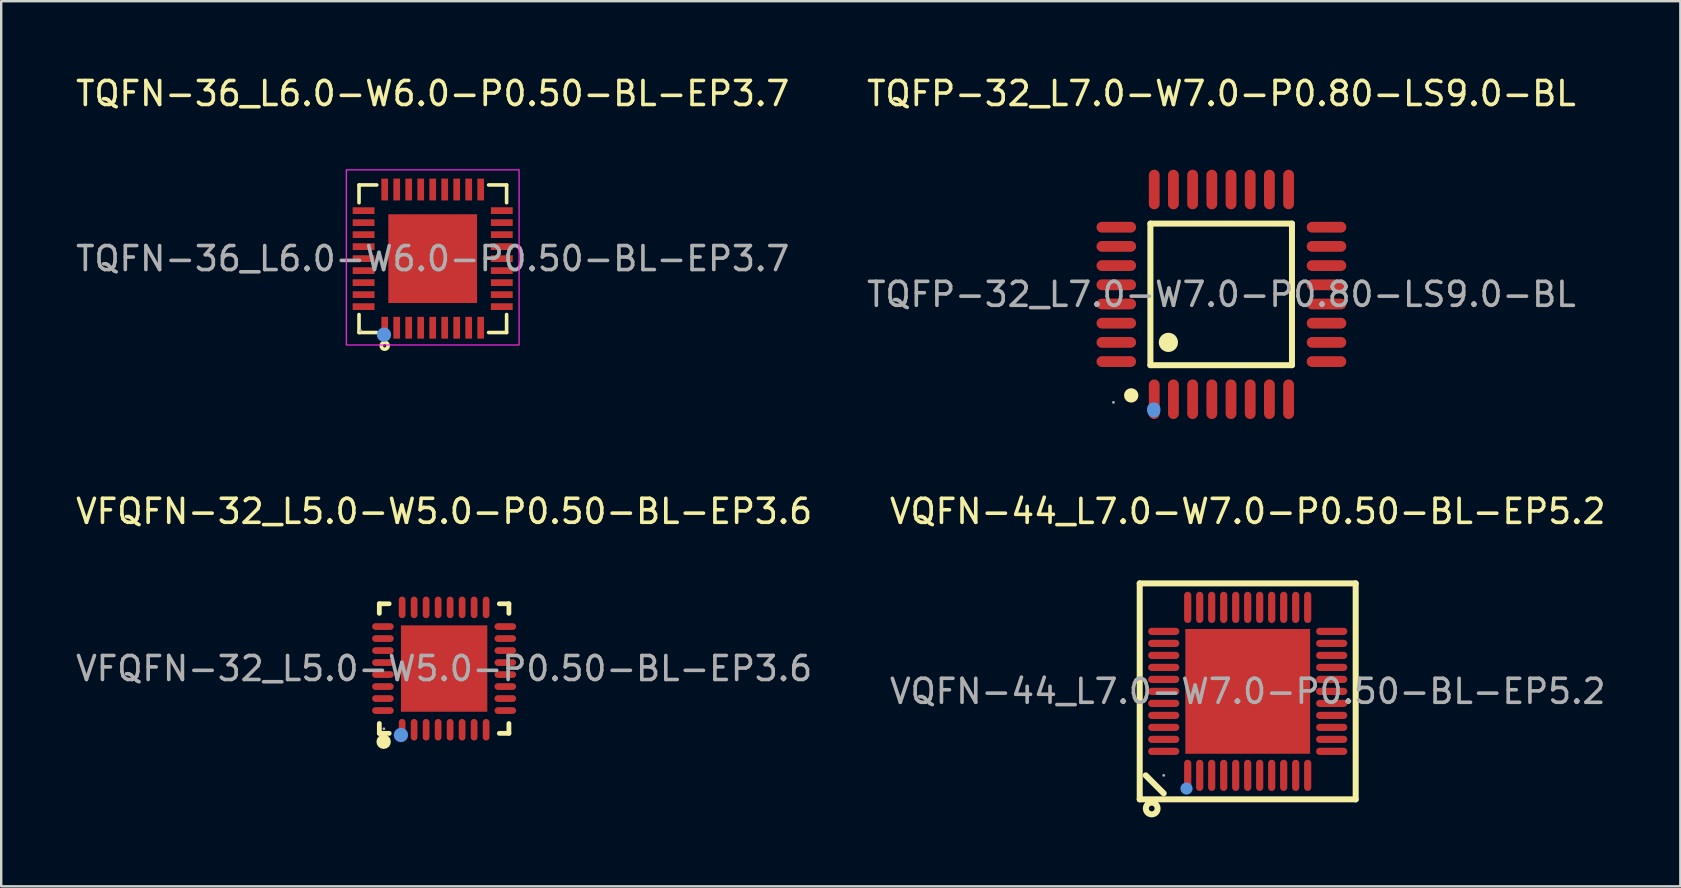
<source format=kicad_pcb>
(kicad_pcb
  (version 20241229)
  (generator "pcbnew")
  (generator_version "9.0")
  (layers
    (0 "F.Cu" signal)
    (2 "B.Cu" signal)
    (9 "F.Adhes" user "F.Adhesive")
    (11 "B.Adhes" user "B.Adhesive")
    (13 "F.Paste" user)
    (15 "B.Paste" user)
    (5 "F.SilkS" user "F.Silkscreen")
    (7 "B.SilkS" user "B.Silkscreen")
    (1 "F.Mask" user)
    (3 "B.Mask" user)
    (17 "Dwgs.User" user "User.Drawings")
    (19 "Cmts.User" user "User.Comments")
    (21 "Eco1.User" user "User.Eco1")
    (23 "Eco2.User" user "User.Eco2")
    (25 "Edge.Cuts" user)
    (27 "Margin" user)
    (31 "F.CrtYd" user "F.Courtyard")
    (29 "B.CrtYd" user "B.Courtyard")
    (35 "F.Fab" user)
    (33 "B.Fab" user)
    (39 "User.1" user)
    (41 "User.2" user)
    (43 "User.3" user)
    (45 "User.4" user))
  (footprint "TQFN-36_L6.0-W6.0-P0.50-BL-EP3.7"
    (layer "F.Cu")
    (at 14.982 7.728)
    (property "Reference" "TQFN-36_L6.0-W6.0-P0.50-BL-EP3.7" (at 0 -6.88 0) (layer "F.SilkS") (effects (font (size 1 1) (thickness 0.15))))
    (attr smd)
    (fp_line (start -3.07 -3.07) (end -2.33 -3.07) (stroke (width 0.15) (type solid)) (layer "F.SilkS"))
    (fp_line (start -3.07 -2.33) (end -3.07 -3.07) (stroke (width 0.15) (type solid)) (layer "F.SilkS"))
    (fp_line (start -3.07 2.33) (end -3.07 3.08) (stroke (width 0.15) (type solid)) (layer "F.SilkS"))
    (fp_line (start -3.07 3.08) (end -2.33 3.08) (stroke (width 0.15) (type solid)) (layer "F.SilkS"))
    (fp_line (start 3.08 -3.07) (end 2.33 -3.07) (stroke (width 0.15) (type solid)) (layer "F.SilkS"))
    (fp_line (start 3.08 -2.33) (end 3.08 -3.07) (stroke (width 0.15) (type solid)) (layer "F.SilkS"))
    (fp_line (start 3.08 2.33) (end 3.08 3.08) (stroke (width 0.15) (type solid)) (layer "F.SilkS"))
    (fp_line (start 3.08 3.08) (end 2.33 3.08) (stroke (width 0.15) (type solid)) (layer "F.SilkS"))
    (fp_circle (center -2 3.63) (end -1.93 3.63) (stroke (width 0.15) (type solid)) (fill no) (layer "F.SilkS"))
    (fp_circle (center -2.03 3.17) (end -1.88 3.17) (stroke (width 0.3) (type solid)) (fill no) (layer "Cmts.User"))
    (fp_rect (start -3.6 -3.7) (end 3.6 3.6) (stroke (width 0.05) (type default)) (fill no) (layer "F.CrtYd"))
    (fp_circle (center -3 3) (end -2.97 3) (stroke (width 0.06) (type solid)) (fill no) (layer "F.Fab"))
    (fp_text user "${REFERENCE}" (at 0 0 0) (layer "F.Fab") (effects (font (size 1 1) (thickness 0.15))))
    (pad "1" smd rect (at -2 2.88 90) (size 0.91 0.28) (layers "F.Cu" "F.Mask" "F.Paste"))
    (pad "2" smd rect (at -1.5 2.88 90) (size 0.91 0.28) (layers "F.Cu" "F.Mask" "F.Paste"))
    (pad "3" smd rect (at -1 2.88 90) (size 0.91 0.28) (layers "F.Cu" "F.Mask" "F.Paste"))
    (pad "4" smd rect (at -0.5 2.88 90) (size 0.91 0.28) (layers "F.Cu" "F.Mask" "F.Paste"))
    (pad "5" smd rect (at 0 2.88 90) (size 0.91 0.28) (layers "F.Cu" "F.Mask" "F.Paste"))
    (pad "6" smd rect (at 0.5 2.88 90) (size 0.91 0.28) (layers "F.Cu" "F.Mask" "F.Paste"))
    (pad "7" smd rect (at 1 2.88 90) (size 0.91 0.28) (layers "F.Cu" "F.Mask" "F.Paste"))
    (pad "8" smd rect (at 1.5 2.88 90) (size 0.91 0.28) (layers "F.Cu" "F.Mask" "F.Paste"))
    (pad "9" smd rect (at 2 2.88 90) (size 0.91 0.28) (layers "F.Cu" "F.Mask" "F.Paste"))
    (pad "10" smd rect (at 2.88 2 90) (size 0.28 0.91) (layers "F.Cu" "F.Mask" "F.Paste"))
    (pad "11" smd rect (at 2.88 1.5 90) (size 0.28 0.91) (layers "F.Cu" "F.Mask" "F.Paste"))
    (pad "12" smd rect (at 2.88 1 90) (size 0.28 0.91) (layers "F.Cu" "F.Mask" "F.Paste"))
    (pad "13" smd rect (at 2.88 0.5 90) (size 0.28 0.91) (layers "F.Cu" "F.Mask" "F.Paste"))
    (pad "14" smd rect (at 2.88 0 90) (size 0.28 0.91) (layers "F.Cu" "F.Mask" "F.Paste"))
    (pad "15" smd rect (at 2.88 -0.5 90) (size 0.28 0.91) (layers "F.Cu" "F.Mask" "F.Paste"))
    (pad "16" smd rect (at 2.88 -1 90) (size 0.28 0.91) (layers "F.Cu" "F.Mask" "F.Paste"))
    (pad "17" smd rect (at 2.88 -1.5 90) (size 0.28 0.91) (layers "F.Cu" "F.Mask" "F.Paste"))
    (pad "18" smd rect (at 2.88 -2 90) (size 0.28 0.91) (layers "F.Cu" "F.Mask" "F.Paste"))
    (pad "19" smd rect (at 2 -2.88 90) (size 0.91 0.28) (layers "F.Cu" "F.Mask" "F.Paste"))
    (pad "20" smd rect (at 1.5 -2.88 90) (size 0.91 0.28) (layers "F.Cu" "F.Mask" "F.Paste"))
    (pad "21" smd rect (at 1 -2.88 90) (size 0.91 0.28) (layers "F.Cu" "F.Mask" "F.Paste"))
    (pad "22" smd rect (at 0.5 -2.88 90) (size 0.91 0.28) (layers "F.Cu" "F.Mask" "F.Paste"))
    (pad "23" smd rect (at 0 -2.88 90) (size 0.91 0.28) (layers "F.Cu" "F.Mask" "F.Paste"))
    (pad "24" smd rect (at -0.5 -2.88 90) (size 0.91 0.28) (layers "F.Cu" "F.Mask" "F.Paste"))
    (pad "25" smd rect (at -1 -2.88 90) (size 0.91 0.28) (layers "F.Cu" "F.Mask" "F.Paste"))
    (pad "26" smd rect (at -1.5 -2.88 90) (size 0.91 0.28) (layers "F.Cu" "F.Mask" "F.Paste"))
    (pad "27" smd rect (at -2 -2.88 90) (size 0.91 0.28) (layers "F.Cu" "F.Mask" "F.Paste"))
    (pad "28" smd rect (at -2.88 -2 90) (size 0.28 0.91) (layers "F.Cu" "F.Mask" "F.Paste"))
    (pad "29" smd rect (at -2.88 -1.5 90) (size 0.28 0.91) (layers "F.Cu" "F.Mask" "F.Paste"))
    (pad "30" smd rect (at -2.88 -1 90) (size 0.28 0.91) (layers "F.Cu" "F.Mask" "F.Paste"))
    (pad "31" smd rect (at -2.88 -0.5 90) (size 0.28 0.91) (layers "F.Cu" "F.Mask" "F.Paste"))
    (pad "32" smd rect (at -2.88 0 90) (size 0.28 0.91) (layers "F.Cu" "F.Mask" "F.Paste"))
    (pad "33" smd rect (at -2.88 0.5 90) (size 0.28 0.91) (layers "F.Cu" "F.Mask" "F.Paste"))
    (pad "34" smd rect (at -2.88 1 90) (size 0.28 0.91) (layers "F.Cu" "F.Mask" "F.Paste"))
    (pad "35" smd rect (at -2.88 1.5 90) (size 0.28 0.91) (layers "F.Cu" "F.Mask" "F.Paste"))
    (pad "36" smd rect (at -2.88 2 90) (size 0.28 0.91) (layers "F.Cu" "F.Mask" "F.Paste"))
    (pad "37" smd rect (at 0 0 90) (size 3.7 3.7) (layers "F.Cu" "F.Mask" "F.Paste")))
  (footprint "VFQFN-32_L5.0-W5.0-P0.50-BL-EP3.6"
    (layer "F.Cu")
    (at 15.458 24.811)
    (property "Reference" "VFQFN-32_L5.0-W5.0-P0.50-BL-EP3.6" (at 0 -6.55 0) (layer "F.SilkS") (effects (font (size 1 1) (thickness 0.15))))
    (attr smd)
    (fp_line (start -2.7 -2.7) (end -2.29 -2.7) (stroke (width 0.2) (type solid)) (layer "F.SilkS"))
    (fp_line (start -2.7 -2.3) (end -2.7 -2.7) (stroke (width 0.2) (type solid)) (layer "F.SilkS"))
    (fp_line (start -2.7 2.7) (end -2.7 2.29) (stroke (width 0.2) (type solid)) (layer "F.SilkS"))
    (fp_line (start -2.29 2.7) (end -2.7 2.7) (stroke (width 0.2) (type solid)) (layer "F.SilkS"))
    (fp_line (start 2.3 2.7) (end 2.7 2.7) (stroke (width 0.2) (type solid)) (layer "F.SilkS"))
    (fp_line (start 2.7 -2.7) (end 2.3 -2.7) (stroke (width 0.2) (type solid)) (layer "F.SilkS"))
    (fp_line (start 2.7 -2.3) (end 2.7 -2.7) (stroke (width 0.2) (type solid)) (layer "F.SilkS"))
    (fp_line (start 2.7 2.7) (end 2.7 2.29) (stroke (width 0.2) (type solid)) (layer "F.SilkS"))
    (fp_arc (start -2.52 3.05) (mid -2.52 3.05) (end -2.52 3.05) (stroke (width 0.3) (type solid)) (layer "F.SilkS"))
    (fp_circle (center -1.8 2.77) (end -1.65 2.77) (stroke (width 0.3) (type solid)) (fill no) (layer "Cmts.User"))
    (fp_circle (center -2.51 2.51) (end -2.48 2.51) (stroke (width 0.06) (type solid)) (fill no) (layer "F.Fab"))
    (fp_text user "${REFERENCE}" (at 0 0 0) (layer "F.Fab") (effects (font (size 1 1) (thickness 0.15))))
    (pad "1" smd oval (at -1.75 2.55) (size 0.28 0.9) (layers "F.Cu" "F.Mask" "F.Paste"))
    (pad "2" smd oval (at -1.25 2.55) (size 0.28 0.9) (layers "F.Cu" "F.Mask" "F.Paste"))
    (pad "3" smd oval (at -0.75 2.55) (size 0.28 0.9) (layers "F.Cu" "F.Mask" "F.Paste"))
    (pad "4" smd oval (at -0.25 2.55) (size 0.28 0.9) (layers "F.Cu" "F.Mask" "F.Paste"))
    (pad "5" smd oval (at 0.25 2.55) (size 0.28 0.9) (layers "F.Cu" "F.Mask" "F.Paste"))
    (pad "6" smd oval (at 0.75 2.55) (size 0.28 0.9) (layers "F.Cu" "F.Mask" "F.Paste"))
    (pad "7" smd oval (at 1.25 2.55) (size 0.28 0.9) (layers "F.Cu" "F.Mask" "F.Paste"))
    (pad "8" smd oval (at 1.75 2.55) (size 0.28 0.9) (layers "F.Cu" "F.Mask" "F.Paste"))
    (pad "9" smd oval (at 2.55 1.75) (size 0.9 0.28) (layers "F.Cu" "F.Mask" "F.Paste"))
    (pad "10" smd oval (at 2.55 1.25) (size 0.9 0.28) (layers "F.Cu" "F.Mask" "F.Paste"))
    (pad "11" smd oval (at 2.55 0.75) (size 0.9 0.28) (layers "F.Cu" "F.Mask" "F.Paste"))
    (pad "12" smd oval (at 2.55 0.25) (size 0.9 0.28) (layers "F.Cu" "F.Mask" "F.Paste"))
    (pad "13" smd oval (at 2.55 -0.25) (size 0.9 0.28) (layers "F.Cu" "F.Mask" "F.Paste"))
    (pad "14" smd oval (at 2.55 -0.75) (size 0.9 0.28) (layers "F.Cu" "F.Mask" "F.Paste"))
    (pad "15" smd oval (at 2.55 -1.25) (size 0.9 0.28) (layers "F.Cu" "F.Mask" "F.Paste"))
    (pad "16" smd oval (at 2.55 -1.75) (size 0.9 0.28) (layers "F.Cu" "F.Mask" "F.Paste"))
    (pad "17" smd oval (at 1.75 -2.55) (size 0.28 0.9) (layers "F.Cu" "F.Mask" "F.Paste"))
    (pad "18" smd oval (at 1.25 -2.55) (size 0.28 0.9) (layers "F.Cu" "F.Mask" "F.Paste"))
    (pad "19" smd oval (at 0.75 -2.55) (size 0.28 0.9) (layers "F.Cu" "F.Mask" "F.Paste"))
    (pad "20" smd oval (at 0.25 -2.55) (size 0.28 0.9) (layers "F.Cu" "F.Mask" "F.Paste"))
    (pad "21" smd oval (at -0.25 -2.55) (size 0.28 0.9) (layers "F.Cu" "F.Mask" "F.Paste"))
    (pad "22" smd oval (at -0.75 -2.55) (size 0.28 0.9) (layers "F.Cu" "F.Mask" "F.Paste"))
    (pad "23" smd oval (at -1.25 -2.55) (size 0.28 0.9) (layers "F.Cu" "F.Mask" "F.Paste"))
    (pad "24" smd oval (at -1.75 -2.55) (size 0.28 0.9) (layers "F.Cu" "F.Mask" "F.Paste"))
    (pad "25" smd oval (at -2.55 -1.75) (size 0.9 0.28) (layers "F.Cu" "F.Mask" "F.Paste"))
    (pad "26" smd oval (at -2.55 -1.25) (size 0.9 0.28) (layers "F.Cu" "F.Mask" "F.Paste"))
    (pad "27" smd oval (at -2.55 -0.75) (size 0.9 0.28) (layers "F.Cu" "F.Mask" "F.Paste"))
    (pad "28" smd oval (at -2.55 -0.25) (size 0.9 0.28) (layers "F.Cu" "F.Mask" "F.Paste"))
    (pad "29" smd oval (at -2.55 0.25) (size 0.9 0.28) (layers "F.Cu" "F.Mask" "F.Paste"))
    (pad "30" smd oval (at -2.55 0.75) (size 0.9 0.28) (layers "F.Cu" "F.Mask" "F.Paste"))
    (pad "31" smd oval (at -2.55 1.25) (size 0.9 0.28) (layers "F.Cu" "F.Mask" "F.Paste"))
    (pad "32" smd oval (at -2.55 1.75) (size 0.9 0.28) (layers "F.Cu" "F.Mask" "F.Paste"))
    (pad "33" smd rect (at 0 0) (size 3.6 3.6) (layers "F.Cu" "F.Mask" "F.Paste")))
  (footprint "TQFP-32_L7.0-W7.0-P0.80-LS9.0-BL"
    (layer "F.Cu")
    (at 47.851 9.218)
    (property "Reference" "TQFP-32_L7.0-W7.0-P0.80-LS9.0-BL" (at 0 -8.37 0) (layer "F.SilkS") (effects (font (size 1 1) (thickness 0.15))))
    (attr smd)
    (fp_line (start -2.96 -2.95) (end -2.96 2.95) (stroke (width 0.25) (type solid)) (layer "F.SilkS"))
    (fp_line (start -2.96 2.95) (end 2.94 2.95) (stroke (width 0.25) (type solid)) (layer "F.SilkS"))
    (fp_line (start 2.94 -2.95) (end -2.96 -2.95) (stroke (width 0.25) (type solid)) (layer "F.SilkS"))
    (fp_line (start 2.94 2.95) (end 2.94 -2.95) (stroke (width 0.25) (type solid)) (layer "F.SilkS"))
    (fp_arc (start -3.75 4.06) (mid -3.764995 4.36025) (end -3.760016 4.059667) (stroke (width 0.3) (type solid)) (layer "F.SilkS"))
    (fp_arc (start -2.21 2) (mid -2.21 2) (end -2.21 2) (stroke (width 0.4) (type solid)) (layer "F.SilkS"))
    (fp_arc (start -2.970134 4.819495) (mid -2.819739 4.624758) (end -2.67 4.82) (stroke (width 0.25) (type solid)) (layer "Cmts.User"))
    (fp_arc (start -2.678555 4.825455) (mid -2.822822 5.005575) (end -2.96 4.82) (stroke (width 0.25) (type solid)) (layer "Cmts.User"))
    (fp_circle (center -2.82 4.83) (end -2.69 4.83) (stroke (width 0.25) (type solid)) (fill no) (layer "Cmts.User"))
    (fp_circle (center -4.5 4.5) (end -4.47 4.5) (stroke (width 0.06) (type solid)) (fill no) (layer "F.Fab"))
    (fp_text user "${REFERENCE}" (at 0 0 0) (layer "F.Fab") (effects (font (size 1 1) (thickness 0.15))))
    (pad "1" smd oval (at -2.8 4.37) (size 0.45 1.65) (layers "F.Cu" "F.Mask" "F.Paste"))
    (pad "2" smd oval (at -2 4.37) (size 0.45 1.65) (layers "F.Cu" "F.Mask" "F.Paste"))
    (pad "3" smd oval (at -1.2 4.37) (size 0.45 1.65) (layers "F.Cu" "F.Mask" "F.Paste"))
    (pad "4" smd oval (at -0.4 4.37) (size 0.45 1.65) (layers "F.Cu" "F.Mask" "F.Paste"))
    (pad "5" smd oval (at 0.4 4.37) (size 0.45 1.65) (layers "F.Cu" "F.Mask" "F.Paste"))
    (pad "6" smd oval (at 1.2 4.37) (size 0.45 1.65) (layers "F.Cu" "F.Mask" "F.Paste"))
    (pad "7" smd oval (at 2 4.37) (size 0.45 1.65) (layers "F.Cu" "F.Mask" "F.Paste"))
    (pad "8" smd oval (at 2.8 4.37) (size 0.45 1.65) (layers "F.Cu" "F.Mask" "F.Paste"))
    (pad "9" smd oval (at 4.38 2.8) (size 1.65 0.45) (layers "F.Cu" "F.Mask" "F.Paste"))
    (pad "10" smd oval (at 4.38 2) (size 1.65 0.45) (layers "F.Cu" "F.Mask" "F.Paste"))
    (pad "11" smd oval (at 4.38 1.2) (size 1.65 0.45) (layers "F.Cu" "F.Mask" "F.Paste"))
    (pad "12" smd oval (at 4.38 0.4) (size 1.65 0.45) (layers "F.Cu" "F.Mask" "F.Paste"))
    (pad "13" smd oval (at 4.38 -0.4) (size 1.65 0.45) (layers "F.Cu" "F.Mask" "F.Paste"))
    (pad "14" smd oval (at 4.38 -1.2) (size 1.65 0.45) (layers "F.Cu" "F.Mask" "F.Paste"))
    (pad "15" smd oval (at 4.38 -2) (size 1.65 0.45) (layers "F.Cu" "F.Mask" "F.Paste"))
    (pad "16" smd oval (at 4.38 -2.8) (size 1.65 0.45) (layers "F.Cu" "F.Mask" "F.Paste"))
    (pad "17" smd oval (at 2.8 -4.37) (size 0.45 1.65) (layers "F.Cu" "F.Mask" "F.Paste"))
    (pad "18" smd oval (at 2 -4.37) (size 0.45 1.65) (layers "F.Cu" "F.Mask" "F.Paste"))
    (pad "19" smd oval (at 1.2 -4.37) (size 0.45 1.65) (layers "F.Cu" "F.Mask" "F.Paste"))
    (pad "20" smd oval (at 0.4 -4.37) (size 0.45 1.65) (layers "F.Cu" "F.Mask" "F.Paste"))
    (pad "21" smd oval (at -0.4 -4.37) (size 0.45 1.65) (layers "F.Cu" "F.Mask" "F.Paste"))
    (pad "22" smd oval (at -1.2 -4.37) (size 0.45 1.65) (layers "F.Cu" "F.Mask" "F.Paste"))
    (pad "23" smd oval (at -2 -4.37) (size 0.45 1.65) (layers "F.Cu" "F.Mask" "F.Paste"))
    (pad "24" smd oval (at -2.8 -4.37) (size 0.45 1.65) (layers "F.Cu" "F.Mask" "F.Paste"))
    (pad "25" smd oval (at -4.38 -2.8) (size 1.65 0.45) (layers "F.Cu" "F.Mask" "F.Paste"))
    (pad "26" smd oval (at -4.38 -2) (size 1.65 0.45) (layers "F.Cu" "F.Mask" "F.Paste"))
    (pad "27" smd oval (at -4.38 -1.2) (size 1.65 0.45) (layers "F.Cu" "F.Mask" "F.Paste"))
    (pad "28" smd oval (at -4.38 -0.4) (size 1.65 0.45) (layers "F.Cu" "F.Mask" "F.Paste"))
    (pad "29" smd oval (at -4.38 0.4) (size 1.65 0.45) (layers "F.Cu" "F.Mask" "F.Paste"))
    (pad "30" smd oval (at -4.38 1.2) (size 1.65 0.45) (layers "F.Cu" "F.Mask" "F.Paste"))
    (pad "31" smd oval (at -4.38 2) (size 1.65 0.45) (layers "F.Cu" "F.Mask" "F.Paste"))
    (pad "32" smd oval (at -4.38 2.8) (size 1.65 0.45) (layers "F.Cu" "F.Mask" "F.Paste")))
  (footprint "VQFN-44_L7.0-W7.0-P0.50-BL-EP5.2"
    (layer "F.Cu")
    (at 48.946 25.762)
    (property "Reference" "VQFN-44_L7.0-W7.0-P0.50-BL-EP5.2" (at 0 -7.5 0) (layer "F.SilkS") (effects (font (size 1 1) (thickness 0.15))))
    (attr smd)
    (fp_line (start -4.5 -4.5) (end -4.5 4.5) (stroke (width 0.25) (type solid)) (layer "F.SilkS"))
    (fp_line (start -4.5 4.5) (end 4.5 4.5) (stroke (width 0.25) (type solid)) (layer "F.SilkS"))
    (fp_line (start -3.5 4.25) (end -4.25 3.5) (stroke (width 0.25) (type solid)) (layer "F.SilkS"))
    (fp_line (start 4.5 -4.5) (end -4.5 -4.5) (stroke (width 0.25) (type solid)) (layer "F.SilkS"))
    (fp_line (start 4.5 4.5) (end 4.5 -4.5) (stroke (width 0.25) (type solid)) (layer "F.SilkS"))
    (fp_circle (center -4 4.88) (end -3.88 4.88) (stroke (width 0.25) (type solid)) (fill no) (layer "F.SilkS"))
    (fp_circle (center -2.55 4.05) (end -2.42 4.05) (stroke (width 0.25) (type solid)) (fill no) (layer "Cmts.User"))
    (fp_circle (center -3.5 3.5) (end -3.47 3.5) (stroke (width 0.06) (type solid)) (fill no) (layer "F.Fab"))
    (fp_text user "${REFERENCE}" (at 0 0 0) (layer "F.Fab") (effects (font (size 1 1) (thickness 0.15))))
    (pad "1" smd oval (at -2.5 3.5 90) (size 1.3 0.3) (layers "F.Cu" "F.Mask" "F.Paste"))
    (pad "2" smd oval (at -2 3.5 90) (size 1.3 0.3) (layers "F.Cu" "F.Mask" "F.Paste"))
    (pad "3" smd oval (at -1.5 3.5 90) (size 1.3 0.3) (layers "F.Cu" "F.Mask" "F.Paste"))
    (pad "4" smd oval (at -1 3.5 90) (size 1.3 0.3) (layers "F.Cu" "F.Mask" "F.Paste"))
    (pad "5" smd oval (at -0.5 3.5 90) (size 1.3 0.3) (layers "F.Cu" "F.Mask" "F.Paste"))
    (pad "6" smd oval (at 0 3.5 90) (size 1.3 0.3) (layers "F.Cu" "F.Mask" "F.Paste"))
    (pad "7" smd oval (at 0.5 3.5 90) (size 1.3 0.3) (layers "F.Cu" "F.Mask" "F.Paste"))
    (pad "8" smd oval (at 1 3.5 90) (size 1.3 0.3) (layers "F.Cu" "F.Mask" "F.Paste"))
    (pad "9" smd oval (at 1.5 3.5 90) (size 1.3 0.3) (layers "F.Cu" "F.Mask" "F.Paste"))
    (pad "10" smd oval (at 2 3.5 90) (size 1.3 0.3) (layers "F.Cu" "F.Mask" "F.Paste"))
    (pad "11" smd oval (at 2.5 3.5 90) (size 1.3 0.3) (layers "F.Cu" "F.Mask" "F.Paste"))
    (pad "12" smd oval (at 3.5 2.5 90) (size 0.3 1.3) (layers "F.Cu" "F.Mask" "F.Paste"))
    (pad "13" smd oval (at 3.5 2 90) (size 0.3 1.3) (layers "F.Cu" "F.Mask" "F.Paste"))
    (pad "14" smd oval (at 3.5 1.5 90) (size 0.3 1.3) (layers "F.Cu" "F.Mask" "F.Paste"))
    (pad "15" smd oval (at 3.5 1 90) (size 0.3 1.3) (layers "F.Cu" "F.Mask" "F.Paste"))
    (pad "16" smd oval (at 3.5 0.5 90) (size 0.3 1.3) (layers "F.Cu" "F.Mask" "F.Paste"))
    (pad "17" smd oval (at 3.5 0 90) (size 0.3 1.3) (layers "F.Cu" "F.Mask" "F.Paste"))
    (pad "18" smd oval (at 3.5 -0.5 90) (size 0.3 1.3) (layers "F.Cu" "F.Mask" "F.Paste"))
    (pad "19" smd oval (at 3.5 -1 90) (size 0.3 1.3) (layers "F.Cu" "F.Mask" "F.Paste"))
    (pad "20" smd oval (at 3.5 -1.5 90) (size 0.3 1.3) (layers "F.Cu" "F.Mask" "F.Paste"))
    (pad "21" smd oval (at 3.5 -2 90) (size 0.3 1.3) (layers "F.Cu" "F.Mask" "F.Paste"))
    (pad "22" smd oval (at 3.5 -2.5 90) (size 0.3 1.3) (layers "F.Cu" "F.Mask" "F.Paste"))
    (pad "23" smd oval (at 2.5 -3.5 90) (size 1.3 0.3) (layers "F.Cu" "F.Mask" "F.Paste"))
    (pad "24" smd oval (at 2 -3.5 90) (size 1.3 0.3) (layers "F.Cu" "F.Mask" "F.Paste"))
    (pad "25" smd oval (at 1.5 -3.5 90) (size 1.3 0.3) (layers "F.Cu" "F.Mask" "F.Paste"))
    (pad "26" smd oval (at 1 -3.5 90) (size 1.3 0.3) (layers "F.Cu" "F.Mask" "F.Paste"))
    (pad "27" smd oval (at 0.5 -3.5 90) (size 1.3 0.3) (layers "F.Cu" "F.Mask" "F.Paste"))
    (pad "28" smd oval (at 0 -3.5 90) (size 1.3 0.3) (layers "F.Cu" "F.Mask" "F.Paste"))
    (pad "29" smd oval (at -0.5 -3.5 90) (size 1.3 0.3) (layers "F.Cu" "F.Mask" "F.Paste"))
    (pad "30" smd oval (at -1 -3.5 90) (size 1.3 0.3) (layers "F.Cu" "F.Mask" "F.Paste"))
    (pad "31" smd oval (at -1.5 -3.5 90) (size 1.3 0.3) (layers "F.Cu" "F.Mask" "F.Paste"))
    (pad "32" smd oval (at -2 -3.5 90) (size 1.3 0.3) (layers "F.Cu" "F.Mask" "F.Paste"))
    (pad "33" smd oval (at -2.5 -3.5 90) (size 1.3 0.3) (layers "F.Cu" "F.Mask" "F.Paste"))
    (pad "34" smd oval (at -3.5 -2.5 90) (size 0.3 1.3) (layers "F.Cu" "F.Mask" "F.Paste"))
    (pad "35" smd oval (at -3.5 -2 90) (size 0.3 1.3) (layers "F.Cu" "F.Mask" "F.Paste"))
    (pad "36" smd oval (at -3.5 -1.5 90) (size 0.3 1.3) (layers "F.Cu" "F.Mask" "F.Paste"))
    (pad "37" smd oval (at -3.5 -1 90) (size 0.3 1.3) (layers "F.Cu" "F.Mask" "F.Paste"))
    (pad "38" smd oval (at -3.5 -0.5 90) (size 0.3 1.3) (layers "F.Cu" "F.Mask" "F.Paste"))
    (pad "39" smd oval (at -3.5 0 90) (size 0.3 1.3) (layers "F.Cu" "F.Mask" "F.Paste"))
    (pad "40" smd oval (at -3.5 0.5 90) (size 0.3 1.3) (layers "F.Cu" "F.Mask" "F.Paste"))
    (pad "41" smd oval (at -3.5 1 90) (size 0.3 1.3) (layers "F.Cu" "F.Mask" "F.Paste"))
    (pad "42" smd oval (at -3.5 1.5 90) (size 0.3 1.3) (layers "F.Cu" "F.Mask" "F.Paste"))
    (pad "43" smd oval (at -3.5 2 90) (size 0.3 1.3) (layers "F.Cu" "F.Mask" "F.Paste"))
    (pad "44" smd oval (at -3.5 2.5 90) (size 0.3 1.3) (layers "F.Cu" "F.Mask" "F.Paste"))
    (pad "45" smd rect (at 0 0 90) (size 5.2 5.2) (layers "F.Cu" "F.Mask" "F.Paste")))
  (gr_rect
    (start -3 -3)
    (end 66.976 33.886)
    (stroke (width 0.1) (type default))
    (fill no)
    (layer "Edge.Cuts")))
</source>
